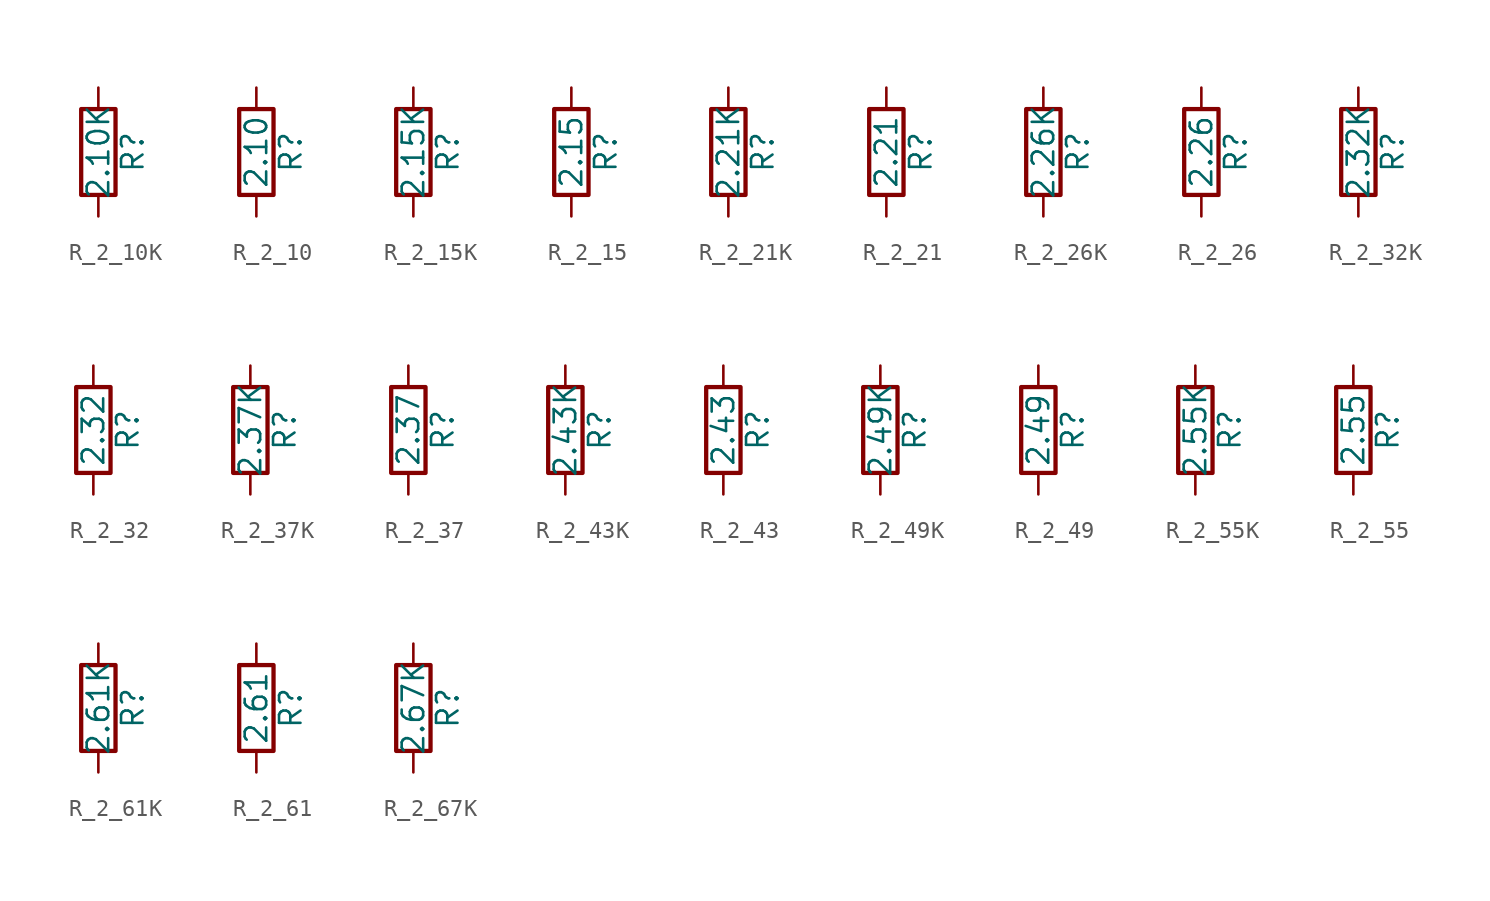
<source format=kicad_sym>
(kicad_symbol_lib
  (version 20211014)
  (generator atlantix-eda)
  (symbol "R_2_10K"
    (pin_numbers hide)
    (pin_names
      (offset 0))
    (property "Reference" "R"
      (at 2.032 0 90)
      (effects (font (size 1.27 1.27))))
    (property "Value" "2.10K"
      (at 0 0 90)
      (effects (font (size 1.27 1.27))))
    (symbol "R_2_10K_0_1"
      (rectangle (start -1.016 -2.54) (end 1.016 2.54) (stroke (width 0.254) (type default) (color 0 0 0 0)) (fill (type none))))
    (symbol "R_2_10K_1_1"
      (pin passive line (at 0 3.81 270) (length 1.27) (name "~" (effects (font (size 1.27 1.27)))) (number "1" (effects (font (size 1.27 1.27)))))
      (pin passive line (at 0 -3.81 90) (length 1.27) (name "~" (effects (font (size 1.27 1.27)))) (number "2" (effects (font (size 1.27 1.27)))))))
  (symbol "R_2_10"
    (pin_numbers hide)
    (pin_names
      (offset 0))
    (property "Reference" "R"
      (at 2.032 0 90)
      (effects (font (size 1.27 1.27))))
    (property "Value" "2.10"
      (at 0 0 90)
      (effects (font (size 1.27 1.27))))
    (symbol "R_2_10_0_1"
      (rectangle (start -1.016 -2.54) (end 1.016 2.54) (stroke (width 0.254) (type default) (color 0 0 0 0)) (fill (type none))))
    (symbol "R_2_10_1_1"
      (pin passive line (at 0 3.81 270) (length 1.27) (name "~" (effects (font (size 1.27 1.27)))) (number "1" (effects (font (size 1.27 1.27)))))
      (pin passive line (at 0 -3.81 90) (length 1.27) (name "~" (effects (font (size 1.27 1.27)))) (number "2" (effects (font (size 1.27 1.27)))))))
  (symbol "R_2_15K"
    (pin_numbers hide)
    (pin_names
      (offset 0))
    (property "Reference" "R"
      (at 2.032 0 90)
      (effects (font (size 1.27 1.27))))
    (property "Value" "2.15K"
      (at 0 0 90)
      (effects (font (size 1.27 1.27))))
    (symbol "R_2_15K_0_1"
      (rectangle (start -1.016 -2.54) (end 1.016 2.54) (stroke (width 0.254) (type default) (color 0 0 0 0)) (fill (type none))))
    (symbol "R_2_15K_1_1"
      (pin passive line (at 0 3.81 270) (length 1.27) (name "~" (effects (font (size 1.27 1.27)))) (number "1" (effects (font (size 1.27 1.27)))))
      (pin passive line (at 0 -3.81 90) (length 1.27) (name "~" (effects (font (size 1.27 1.27)))) (number "2" (effects (font (size 1.27 1.27)))))))
  (symbol "R_2_15"
    (pin_numbers hide)
    (pin_names
      (offset 0))
    (property "Reference" "R"
      (at 2.032 0 90)
      (effects (font (size 1.27 1.27))))
    (property "Value" "2.15"
      (at 0 0 90)
      (effects (font (size 1.27 1.27))))
    (symbol "R_2_15_0_1"
      (rectangle (start -1.016 -2.54) (end 1.016 2.54) (stroke (width 0.254) (type default) (color 0 0 0 0)) (fill (type none))))
    (symbol "R_2_15_1_1"
      (pin passive line (at 0 3.81 270) (length 1.27) (name "~" (effects (font (size 1.27 1.27)))) (number "1" (effects (font (size 1.27 1.27)))))
      (pin passive line (at 0 -3.81 90) (length 1.27) (name "~" (effects (font (size 1.27 1.27)))) (number "2" (effects (font (size 1.27 1.27)))))))
  (symbol "R_2_21K"
    (pin_numbers hide)
    (pin_names
      (offset 0))
    (property "Reference" "R"
      (at 2.032 0 90)
      (effects (font (size 1.27 1.27))))
    (property "Value" "2.21K"
      (at 0 0 90)
      (effects (font (size 1.27 1.27))))
    (symbol "R_2_21K_0_1"
      (rectangle (start -1.016 -2.54) (end 1.016 2.54) (stroke (width 0.254) (type default) (color 0 0 0 0)) (fill (type none))))
    (symbol "R_2_21K_1_1"
      (pin passive line (at 0 3.81 270) (length 1.27) (name "~" (effects (font (size 1.27 1.27)))) (number "1" (effects (font (size 1.27 1.27)))))
      (pin passive line (at 0 -3.81 90) (length 1.27) (name "~" (effects (font (size 1.27 1.27)))) (number "2" (effects (font (size 1.27 1.27)))))))
  (symbol "R_2_21"
    (pin_numbers hide)
    (pin_names
      (offset 0))
    (property "Reference" "R"
      (at 2.032 0 90)
      (effects (font (size 1.27 1.27))))
    (property "Value" "2.21"
      (at 0 0 90)
      (effects (font (size 1.27 1.27))))
    (symbol "R_2_21_0_1"
      (rectangle (start -1.016 -2.54) (end 1.016 2.54) (stroke (width 0.254) (type default) (color 0 0 0 0)) (fill (type none))))
    (symbol "R_2_21_1_1"
      (pin passive line (at 0 3.81 270) (length 1.27) (name "~" (effects (font (size 1.27 1.27)))) (number "1" (effects (font (size 1.27 1.27)))))
      (pin passive line (at 0 -3.81 90) (length 1.27) (name "~" (effects (font (size 1.27 1.27)))) (number "2" (effects (font (size 1.27 1.27)))))))
  (symbol "R_2_26K"
    (pin_numbers hide)
    (pin_names
      (offset 0))
    (property "Reference" "R"
      (at 2.032 0 90)
      (effects (font (size 1.27 1.27))))
    (property "Value" "2.26K"
      (at 0 0 90)
      (effects (font (size 1.27 1.27))))
    (symbol "R_2_26K_0_1"
      (rectangle (start -1.016 -2.54) (end 1.016 2.54) (stroke (width 0.254) (type default) (color 0 0 0 0)) (fill (type none))))
    (symbol "R_2_26K_1_1"
      (pin passive line (at 0 3.81 270) (length 1.27) (name "~" (effects (font (size 1.27 1.27)))) (number "1" (effects (font (size 1.27 1.27)))))
      (pin passive line (at 0 -3.81 90) (length 1.27) (name "~" (effects (font (size 1.27 1.27)))) (number "2" (effects (font (size 1.27 1.27)))))))
  (symbol "R_2_26"
    (pin_numbers hide)
    (pin_names
      (offset 0))
    (property "Reference" "R"
      (at 2.032 0 90)
      (effects (font (size 1.27 1.27))))
    (property "Value" "2.26"
      (at 0 0 90)
      (effects (font (size 1.27 1.27))))
    (symbol "R_2_26_0_1"
      (rectangle (start -1.016 -2.54) (end 1.016 2.54) (stroke (width 0.254) (type default) (color 0 0 0 0)) (fill (type none))))
    (symbol "R_2_26_1_1"
      (pin passive line (at 0 3.81 270) (length 1.27) (name "~" (effects (font (size 1.27 1.27)))) (number "1" (effects (font (size 1.27 1.27)))))
      (pin passive line (at 0 -3.81 90) (length 1.27) (name "~" (effects (font (size 1.27 1.27)))) (number "2" (effects (font (size 1.27 1.27)))))))
  (symbol "R_2_32K"
    (pin_numbers hide)
    (pin_names
      (offset 0))
    (property "Reference" "R"
      (at 2.032 0 90)
      (effects (font (size 1.27 1.27))))
    (property "Value" "2.32K"
      (at 0 0 90)
      (effects (font (size 1.27 1.27))))
    (symbol "R_2_32K_0_1"
      (rectangle (start -1.016 -2.54) (end 1.016 2.54) (stroke (width 0.254) (type default) (color 0 0 0 0)) (fill (type none))))
    (symbol "R_2_32K_1_1"
      (pin passive line (at 0 3.81 270) (length 1.27) (name "~" (effects (font (size 1.27 1.27)))) (number "1" (effects (font (size 1.27 1.27)))))
      (pin passive line (at 0 -3.81 90) (length 1.27) (name "~" (effects (font (size 1.27 1.27)))) (number "2" (effects (font (size 1.27 1.27)))))))
  (symbol "R_2_32"
    (pin_numbers hide)
    (pin_names
      (offset 0))
    (property "Reference" "R"
      (at 2.032 0 90)
      (effects (font (size 1.27 1.27))))
    (property "Value" "2.32"
      (at 0 0 90)
      (effects (font (size 1.27 1.27))))
    (symbol "R_2_32_0_1"
      (rectangle (start -1.016 -2.54) (end 1.016 2.54) (stroke (width 0.254) (type default) (color 0 0 0 0)) (fill (type none))))
    (symbol "R_2_32_1_1"
      (pin passive line (at 0 3.81 270) (length 1.27) (name "~" (effects (font (size 1.27 1.27)))) (number "1" (effects (font (size 1.27 1.27)))))
      (pin passive line (at 0 -3.81 90) (length 1.27) (name "~" (effects (font (size 1.27 1.27)))) (number "2" (effects (font (size 1.27 1.27)))))))
  (symbol "R_2_37K"
    (pin_numbers hide)
    (pin_names
      (offset 0))
    (property "Reference" "R"
      (at 2.032 0 90)
      (effects (font (size 1.27 1.27))))
    (property "Value" "2.37K"
      (at 0 0 90)
      (effects (font (size 1.27 1.27))))
    (symbol "R_2_37K_0_1"
      (rectangle (start -1.016 -2.54) (end 1.016 2.54) (stroke (width 0.254) (type default) (color 0 0 0 0)) (fill (type none))))
    (symbol "R_2_37K_1_1"
      (pin passive line (at 0 3.81 270) (length 1.27) (name "~" (effects (font (size 1.27 1.27)))) (number "1" (effects (font (size 1.27 1.27)))))
      (pin passive line (at 0 -3.81 90) (length 1.27) (name "~" (effects (font (size 1.27 1.27)))) (number "2" (effects (font (size 1.27 1.27)))))))
  (symbol "R_2_37"
    (pin_numbers hide)
    (pin_names
      (offset 0))
    (property "Reference" "R"
      (at 2.032 0 90)
      (effects (font (size 1.27 1.27))))
    (property "Value" "2.37"
      (at 0 0 90)
      (effects (font (size 1.27 1.27))))
    (symbol "R_2_37_0_1"
      (rectangle (start -1.016 -2.54) (end 1.016 2.54) (stroke (width 0.254) (type default) (color 0 0 0 0)) (fill (type none))))
    (symbol "R_2_37_1_1"
      (pin passive line (at 0 3.81 270) (length 1.27) (name "~" (effects (font (size 1.27 1.27)))) (number "1" (effects (font (size 1.27 1.27)))))
      (pin passive line (at 0 -3.81 90) (length 1.27) (name "~" (effects (font (size 1.27 1.27)))) (number "2" (effects (font (size 1.27 1.27)))))))
  (symbol "R_2_43K"
    (pin_numbers hide)
    (pin_names
      (offset 0))
    (property "Reference" "R"
      (at 2.032 0 90)
      (effects (font (size 1.27 1.27))))
    (property "Value" "2.43K"
      (at 0 0 90)
      (effects (font (size 1.27 1.27))))
    (symbol "R_2_43K_0_1"
      (rectangle (start -1.016 -2.54) (end 1.016 2.54) (stroke (width 0.254) (type default) (color 0 0 0 0)) (fill (type none))))
    (symbol "R_2_43K_1_1"
      (pin passive line (at 0 3.81 270) (length 1.27) (name "~" (effects (font (size 1.27 1.27)))) (number "1" (effects (font (size 1.27 1.27)))))
      (pin passive line (at 0 -3.81 90) (length 1.27) (name "~" (effects (font (size 1.27 1.27)))) (number "2" (effects (font (size 1.27 1.27)))))))
  (symbol "R_2_43"
    (pin_numbers hide)
    (pin_names
      (offset 0))
    (property "Reference" "R"
      (at 2.032 0 90)
      (effects (font (size 1.27 1.27))))
    (property "Value" "2.43"
      (at 0 0 90)
      (effects (font (size 1.27 1.27))))
    (symbol "R_2_43_0_1"
      (rectangle (start -1.016 -2.54) (end 1.016 2.54) (stroke (width 0.254) (type default) (color 0 0 0 0)) (fill (type none))))
    (symbol "R_2_43_1_1"
      (pin passive line (at 0 3.81 270) (length 1.27) (name "~" (effects (font (size 1.27 1.27)))) (number "1" (effects (font (size 1.27 1.27)))))
      (pin passive line (at 0 -3.81 90) (length 1.27) (name "~" (effects (font (size 1.27 1.27)))) (number "2" (effects (font (size 1.27 1.27)))))))
  (symbol "R_2_49K"
    (pin_numbers hide)
    (pin_names
      (offset 0))
    (property "Reference" "R"
      (at 2.032 0 90)
      (effects (font (size 1.27 1.27))))
    (property "Value" "2.49K"
      (at 0 0 90)
      (effects (font (size 1.27 1.27))))
    (symbol "R_2_49K_0_1"
      (rectangle (start -1.016 -2.54) (end 1.016 2.54) (stroke (width 0.254) (type default) (color 0 0 0 0)) (fill (type none))))
    (symbol "R_2_49K_1_1"
      (pin passive line (at 0 3.81 270) (length 1.27) (name "~" (effects (font (size 1.27 1.27)))) (number "1" (effects (font (size 1.27 1.27)))))
      (pin passive line (at 0 -3.81 90) (length 1.27) (name "~" (effects (font (size 1.27 1.27)))) (number "2" (effects (font (size 1.27 1.27)))))))
  (symbol "R_2_49"
    (pin_numbers hide)
    (pin_names
      (offset 0))
    (property "Reference" "R"
      (at 2.032 0 90)
      (effects (font (size 1.27 1.27))))
    (property "Value" "2.49"
      (at 0 0 90)
      (effects (font (size 1.27 1.27))))
    (symbol "R_2_49_0_1"
      (rectangle (start -1.016 -2.54) (end 1.016 2.54) (stroke (width 0.254) (type default) (color 0 0 0 0)) (fill (type none))))
    (symbol "R_2_49_1_1"
      (pin passive line (at 0 3.81 270) (length 1.27) (name "~" (effects (font (size 1.27 1.27)))) (number "1" (effects (font (size 1.27 1.27)))))
      (pin passive line (at 0 -3.81 90) (length 1.27) (name "~" (effects (font (size 1.27 1.27)))) (number "2" (effects (font (size 1.27 1.27)))))))
  (symbol "R_2_55K"
    (pin_numbers hide)
    (pin_names
      (offset 0))
    (property "Reference" "R"
      (at 2.032 0 90)
      (effects (font (size 1.27 1.27))))
    (property "Value" "2.55K"
      (at 0 0 90)
      (effects (font (size 1.27 1.27))))
    (symbol "R_2_55K_0_1"
      (rectangle (start -1.016 -2.54) (end 1.016 2.54) (stroke (width 0.254) (type default) (color 0 0 0 0)) (fill (type none))))
    (symbol "R_2_55K_1_1"
      (pin passive line (at 0 3.81 270) (length 1.27) (name "~" (effects (font (size 1.27 1.27)))) (number "1" (effects (font (size 1.27 1.27)))))
      (pin passive line (at 0 -3.81 90) (length 1.27) (name "~" (effects (font (size 1.27 1.27)))) (number "2" (effects (font (size 1.27 1.27)))))))
  (symbol "R_2_55"
    (pin_numbers hide)
    (pin_names
      (offset 0))
    (property "Reference" "R"
      (at 2.032 0 90)
      (effects (font (size 1.27 1.27))))
    (property "Value" "2.55"
      (at 0 0 90)
      (effects (font (size 1.27 1.27))))
    (symbol "R_2_55_0_1"
      (rectangle (start -1.016 -2.54) (end 1.016 2.54) (stroke (width 0.254) (type default) (color 0 0 0 0)) (fill (type none))))
    (symbol "R_2_55_1_1"
      (pin passive line (at 0 3.81 270) (length 1.27) (name "~" (effects (font (size 1.27 1.27)))) (number "1" (effects (font (size 1.27 1.27)))))
      (pin passive line (at 0 -3.81 90) (length 1.27) (name "~" (effects (font (size 1.27 1.27)))) (number "2" (effects (font (size 1.27 1.27)))))))
  (symbol "R_2_61K"
    (pin_numbers hide)
    (pin_names
      (offset 0))
    (property "Reference" "R"
      (at 2.032 0 90)
      (effects (font (size 1.27 1.27))))
    (property "Value" "2.61K"
      (at 0 0 90)
      (effects (font (size 1.27 1.27))))
    (symbol "R_2_61K_0_1"
      (rectangle (start -1.016 -2.54) (end 1.016 2.54) (stroke (width 0.254) (type default) (color 0 0 0 0)) (fill (type none))))
    (symbol "R_2_61K_1_1"
      (pin passive line (at 0 3.81 270) (length 1.27) (name "~" (effects (font (size 1.27 1.27)))) (number "1" (effects (font (size 1.27 1.27)))))
      (pin passive line (at 0 -3.81 90) (length 1.27) (name "~" (effects (font (size 1.27 1.27)))) (number "2" (effects (font (size 1.27 1.27)))))))
  (symbol "R_2_61"
    (pin_numbers hide)
    (pin_names
      (offset 0))
    (property "Reference" "R"
      (at 2.032 0 90)
      (effects (font (size 1.27 1.27))))
    (property "Value" "2.61"
      (at 0 0 90)
      (effects (font (size 1.27 1.27))))
    (symbol "R_2_61_0_1"
      (rectangle (start -1.016 -2.54) (end 1.016 2.54) (stroke (width 0.254) (type default) (color 0 0 0 0)) (fill (type none))))
    (symbol "R_2_61_1_1"
      (pin passive line (at 0 3.81 270) (length 1.27) (name "~" (effects (font (size 1.27 1.27)))) (number "1" (effects (font (size 1.27 1.27)))))
      (pin passive line (at 0 -3.81 90) (length 1.27) (name "~" (effects (font (size 1.27 1.27)))) (number "2" (effects (font (size 1.27 1.27)))))))
  (symbol "R_2_67K"
    (pin_numbers hide)
    (pin_names
      (offset 0))
    (property "Reference" "R"
      (at 2.032 0 90)
      (effects (font (size 1.27 1.27))))
    (property "Value" "2.67K"
      (at 0 0 90)
      (effects (font (size 1.27 1.27))))
    (symbol "R_2_67K_0_1"
      (rectangle (start -1.016 -2.54) (end 1.016 2.54) (stroke (width 0.254) (type default) (color 0 0 0 0)) (fill (type none))))
    (symbol "R_2_67K_1_1"
      (pin passive line (at 0 3.81 270) (length 1.27) (name "~" (effects (font (size 1.27 1.27)))) (number "1" (effects (font (size 1.27 1.27)))))
      (pin passive line (at 0 -3.81 90) (length 1.27) (name "~" (effects (font (size 1.27 1.27)))) (number "2" (effects (font (size 1.27 1.27))))))))
</source>
